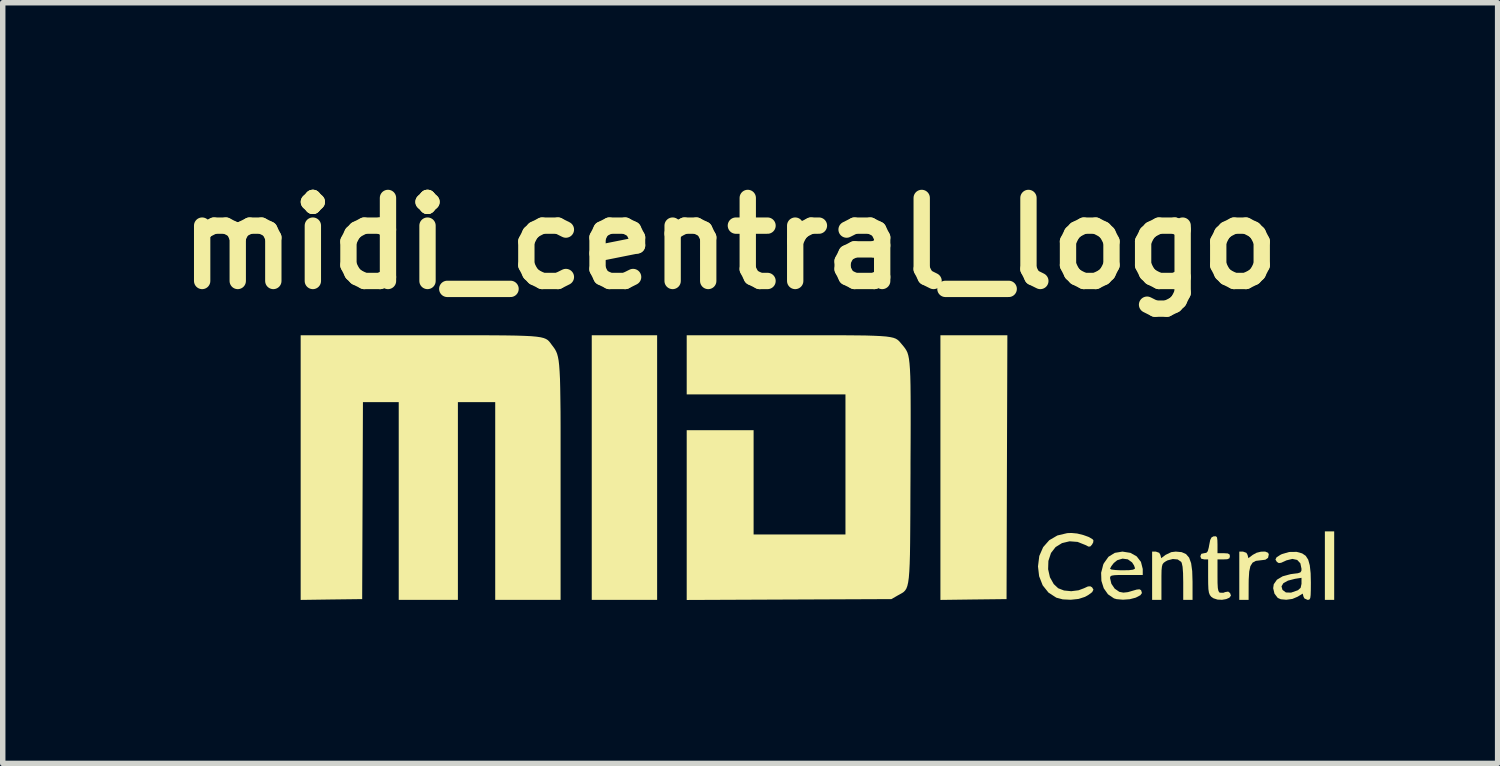
<source format=kicad_pcb>
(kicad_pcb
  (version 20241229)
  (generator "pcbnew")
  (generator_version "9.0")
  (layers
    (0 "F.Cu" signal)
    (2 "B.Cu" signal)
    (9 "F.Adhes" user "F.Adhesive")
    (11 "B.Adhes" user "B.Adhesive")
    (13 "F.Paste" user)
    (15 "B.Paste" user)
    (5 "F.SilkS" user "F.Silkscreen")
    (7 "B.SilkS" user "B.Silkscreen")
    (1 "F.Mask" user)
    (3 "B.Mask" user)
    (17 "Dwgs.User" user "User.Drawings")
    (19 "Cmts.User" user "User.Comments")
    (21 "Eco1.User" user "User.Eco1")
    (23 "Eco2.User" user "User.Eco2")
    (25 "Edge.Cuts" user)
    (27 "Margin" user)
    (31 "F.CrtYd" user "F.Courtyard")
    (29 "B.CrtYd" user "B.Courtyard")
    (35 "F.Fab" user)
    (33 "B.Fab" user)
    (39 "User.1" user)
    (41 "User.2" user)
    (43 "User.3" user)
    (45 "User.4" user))
  (footprint "midi_central_logo"
    (layer "F.Cu")
    (at 12.469 5.618)
    (property "Reference" "midi_central_logo" (at -2.12 -4.2 0) (layer "F.SilkS") (effects (font (size 1.524 1.524) (thickness 0.3))))
    (attr board_only exclude_from_pos_files exclude_from_bom)
    (fp_poly (pts (xy -3.457 2.343) (xy -4.657 2.343) (xy -4.657 -2.514) (xy -3.457 -2.514)) (stroke (width 0) (type solid)) (fill yes) (layer "F.SilkS"))
    (fp_poly (pts (xy 8.971 2.343) (xy 8.8 2.343) (xy 8.8 1.086) (xy 8.971 1.086)) (stroke (width 0) (type solid)) (fill yes) (layer "F.SilkS"))
    (fp_poly (pts (xy 2.964 -0.093) (xy 2.957 2.329) (xy 2.35 2.336) (xy 1.743 2.344) (xy 1.743 -2.514) (xy 2.972 -2.514)) (stroke (width 0) (type solid)) (fill yes) (layer "F.SilkS"))
    (fp_poly (pts (xy 7.359 1.479) (xy 7.381 1.518) (xy 7.396 1.578) (xy 7.474 1.518) (xy 7.547 1.478) (xy 7.629 1.458) (xy 7.705 1.457) (xy 7.757 1.478) (xy 7.771 1.507) (xy 7.757 1.572) (xy 7.708 1.606) (xy 7.618 1.617) (xy 7.533 1.627) (xy 7.473 1.66) (xy 7.433 1.723) (xy 7.411 1.824) (xy 7.402 1.971) (xy 7.401 2.05) (xy 7.4 2.343) (xy 7.229 2.343) (xy 7.229 1.457) (xy 7.297 1.457)) (stroke (width 0) (type solid)) (fill yes) (layer "F.SilkS"))
    (fp_poly (pts (xy 5.759 1.479) (xy 5.781 1.518) (xy 5.796 1.578) (xy 5.874 1.518) (xy 5.98 1.467) (xy 6.063 1.457) (xy 6.171 1.467) (xy 6.251 1.502) (xy 6.308 1.568) (xy 6.345 1.67) (xy 6.365 1.816) (xy 6.371 2.012) (xy 6.371 2.028) (xy 6.371 2.343) (xy 6.2 2.343) (xy 6.2 2.02) (xy 6.197 1.852) (xy 6.188 1.735) (xy 6.172 1.664) (xy 6.161 1.644) (xy 6.098 1.601) (xy 6.009 1.593) (xy 5.912 1.618) (xy 5.874 1.639) (xy 5.842 1.662) (xy 5.821 1.689) (xy 5.809 1.731) (xy 5.802 1.8) (xy 5.8 1.907) (xy 5.8 2.015) (xy 5.8 2.343) (xy 5.629 2.343) (xy 5.629 1.457) (xy 5.697 1.457)) (stroke (width 0) (type solid)) (fill yes) (layer "F.SilkS"))
    (fp_poly (pts (xy 4.253 1.125) (xy 4.364 1.152) (xy 4.464 1.188) (xy 4.534 1.229) (xy 4.551 1.247) (xy 4.548 1.287) (xy 4.526 1.328) (xy 4.494 1.363) (xy 4.461 1.365) (xy 4.404 1.336) (xy 4.261 1.279) (xy 4.114 1.268) (xy 3.975 1.301) (xy 3.857 1.374) (xy 3.773 1.482) (xy 3.725 1.628) (xy 3.72 1.781) (xy 3.753 1.928) (xy 3.823 2.053) (xy 3.905 2.13) (xy 4.012 2.171) (xy 4.144 2.184) (xy 4.279 2.167) (xy 4.378 2.13) (xy 4.45 2.097) (xy 4.495 2.094) (xy 4.527 2.113) (xy 4.552 2.155) (xy 4.529 2.201) (xy 4.454 2.256) (xy 4.396 2.288) (xy 4.278 2.326) (xy 4.134 2.341) (xy 3.989 2.334) (xy 3.871 2.303) (xy 3.727 2.21) (xy 3.62 2.076) (xy 3.555 1.909) (xy 3.534 1.729) (xy 3.558 1.537) (xy 3.629 1.375) (xy 3.741 1.248) (xy 3.89 1.161) (xy 4.071 1.118) (xy 4.149 1.115)) (stroke (width 0) (type solid)) (fill yes) (layer "F.SilkS"))
    (fp_poly (pts (xy -6.724 -2.514) (xy -6.458 -2.513) (xy -6.233 -2.511) (xy -6.045 -2.508) (xy -5.892 -2.503) (xy -5.768 -2.497) (xy -5.671 -2.488) (xy -5.596 -2.477) (xy -5.539 -2.463) (xy -5.497 -2.446) (xy -5.465 -2.426) (xy -5.44 -2.402) (xy -5.418 -2.375) (xy -5.395 -2.343) (xy -5.385 -2.33) (xy -5.357 -2.293) (xy -5.332 -2.257) (xy -5.311 -2.218) (xy -5.293 -2.174) (xy -5.278 -2.118) (xy -5.265 -2.049) (xy -5.255 -1.961) (xy -5.247 -1.85) (xy -5.24 -1.713) (xy -5.236 -1.546) (xy -5.233 -1.344) (xy -5.23 -1.104) (xy -5.229 -0.822) (xy -5.229 -0.493) (xy -5.229 -0.115) (xy -5.229 0.19) (xy -5.229 2.343) (xy -6.429 2.343) (xy -6.429 -1.286) (xy -7.114 -1.286) (xy -7.114 2.343) (xy -8.2 2.343) (xy -8.2 -1.286) (xy -8.857 -1.286) (xy -8.871 2.329) (xy -9.436 2.336) (xy -10 2.344) (xy -10 -2.514) (xy -7.813 -2.514) (xy -7.398 -2.514) (xy -7.037 -2.514)) (stroke (width 0) (type solid)) (fill yes) (layer "F.SilkS"))
    (fp_poly (pts (xy 6.82 1.196) (xy 6.827 1.249) (xy 6.829 1.327) (xy 6.829 1.486) (xy 6.943 1.486) (xy 7.018 1.491) (xy 7.051 1.51) (xy 7.057 1.543) (xy 7.048 1.58) (xy 7.009 1.597) (xy 6.943 1.6) (xy 6.829 1.6) (xy 6.829 1.897) (xy 6.83 2.035) (xy 6.835 2.126) (xy 6.846 2.179) (xy 6.863 2.206) (xy 6.873 2.211) (xy 6.935 2.213) (xy 6.97 2.2) (xy 7.025 2.191) (xy 7.06 2.218) (xy 7.076 2.265) (xy 7.048 2.303) (xy 6.989 2.329) (xy 6.912 2.342) (xy 6.829 2.338) (xy 6.755 2.314) (xy 6.714 2.286) (xy 6.689 2.254) (xy 6.672 2.211) (xy 6.662 2.146) (xy 6.658 2.047) (xy 6.657 1.914) (xy 6.657 1.6) (xy 6.586 1.6) (xy 6.53 1.587) (xy 6.514 1.543) (xy 6.532 1.498) (xy 6.584 1.486) (xy 6.625 1.479) (xy 6.65 1.451) (xy 6.668 1.386) (xy 6.677 1.336) (xy 6.695 1.245) (xy 6.718 1.198) (xy 6.754 1.178) (xy 6.764 1.177) (xy 6.801 1.176)) (stroke (width 0) (type solid)) (fill yes) (layer "F.SilkS"))
    (fp_poly (pts (xy -0.347 -2.514) (xy -0.068 -2.514) (xy 0.167 -2.512) (xy 0.362 -2.51) (xy 0.52 -2.505) (xy 0.648 -2.499) (xy 0.748 -2.491) (xy 0.824 -2.48) (xy 0.882 -2.467) (xy 0.926 -2.45) (xy 0.959 -2.429) (xy 0.986 -2.405) (xy 1.011 -2.376) (xy 1.037 -2.345) (xy 1.068 -2.308) (xy 1.094 -2.274) (xy 1.117 -2.238) (xy 1.137 -2.197) (xy 1.153 -2.145) (xy 1.166 -2.079) (xy 1.176 -1.995) (xy 1.184 -1.889) (xy 1.19 -1.756) (xy 1.194 -1.593) (xy 1.196 -1.395) (xy 1.197 -1.158) (xy 1.197 -0.878) (xy 1.196 -0.551) (xy 1.194 -0.173) (xy 1.194 0) (xy 1.192 0.4) (xy 1.191 0.746) (xy 1.189 1.044) (xy 1.187 1.296) (xy 1.184 1.507) (xy 1.179 1.681) (xy 1.172 1.822) (xy 1.163 1.934) (xy 1.151 2.021) (xy 1.136 2.087) (xy 1.118 2.135) (xy 1.095 2.171) (xy 1.068 2.198) (xy 1.037 2.219) (xy 1 2.24) (xy 0.96 2.262) (xy 0.843 2.329) (xy -1.036 2.337) (xy -2.914 2.345) (xy -2.914 -0.771) (xy -1.686 -0.771) (xy -1.686 1.143) (xy 0 1.143) (xy 0 -1.429) (xy -2.914 -1.429) (xy -2.914 -2.514) (xy -1.056 -2.514) (xy -0.675 -2.514)) (stroke (width 0) (type solid)) (fill yes) (layer "F.SilkS"))
    (fp_poly (pts (xy 5.231 1.48) (xy 5.346 1.545) (xy 5.424 1.646) (xy 5.457 1.776) (xy 5.457 1.799) (xy 5.457 1.886) (xy 5.157 1.886) (xy 5.023 1.886) (xy 4.937 1.89) (xy 4.887 1.898) (xy 4.864 1.912) (xy 4.857 1.936) (xy 4.857 1.944) (xy 4.881 2.047) (xy 4.942 2.137) (xy 5.026 2.195) (xy 5.028 2.196) (xy 5.102 2.21) (xy 5.185 2.201) (xy 5.26 2.179) (xy 5.347 2.154) (xy 5.397 2.149) (xy 5.424 2.164) (xy 5.429 2.172) (xy 5.442 2.218) (xy 5.413 2.258) (xy 5.335 2.299) (xy 5.326 2.303) (xy 5.219 2.331) (xy 5.094 2.34) (xy 4.978 2.33) (xy 4.929 2.316) (xy 4.819 2.241) (xy 4.741 2.13) (xy 4.698 1.994) (xy 4.693 1.845) (xy 4.712 1.773) (xy 4.857 1.773) (xy 4.883 1.786) (xy 4.953 1.795) (xy 5.053 1.8) (xy 5.086 1.8) (xy 5.205 1.798) (xy 5.277 1.789) (xy 5.31 1.774) (xy 5.314 1.76) (xy 5.297 1.711) (xy 5.261 1.655) (xy 5.183 1.599) (xy 5.086 1.586) (xy 4.989 1.615) (xy 4.925 1.667) (xy 4.88 1.726) (xy 4.858 1.769) (xy 4.857 1.773) (xy 4.712 1.773) (xy 4.731 1.697) (xy 4.742 1.673) (xy 4.828 1.552) (xy 4.944 1.48) (xy 5.084 1.457)) (stroke (width 0) (type solid)) (fill yes) (layer "F.SilkS"))
    (fp_poly (pts (xy 8.383 1.49) (xy 8.448 1.534) (xy 8.494 1.605) (xy 8.523 1.709) (xy 8.539 1.855) (xy 8.543 2.026) (xy 8.542 2.164) (xy 8.539 2.255) (xy 8.532 2.308) (xy 8.519 2.334) (xy 8.497 2.342) (xy 8.483 2.343) (xy 8.426 2.318) (xy 8.408 2.285) (xy 8.393 2.228) (xy 8.3 2.285) (xy 8.203 2.326) (xy 8.092 2.341) (xy 7.991 2.332) (xy 7.935 2.307) (xy 7.875 2.229) (xy 7.851 2.129) (xy 7.856 2.095) (xy 8.004 2.095) (xy 8.022 2.16) (xy 8.085 2.207) (xy 8.18 2.21) (xy 8.303 2.167) (xy 8.307 2.165) (xy 8.355 2.122) (xy 8.371 2.049) (xy 8.371 2.036) (xy 8.371 1.938) (xy 8.25 1.957) (xy 8.122 1.99) (xy 8.038 2.037) (xy 8.004 2.095) (xy 7.856 2.095) (xy 7.862 2.056) (xy 7.92 1.973) (xy 8.026 1.91) (xy 8.171 1.871) (xy 8.215 1.865) (xy 8.305 1.854) (xy 8.351 1.838) (xy 8.369 1.81) (xy 8.371 1.773) (xy 8.35 1.672) (xy 8.292 1.61) (xy 8.204 1.591) (xy 8.094 1.618) (xy 8.071 1.629) (xy 7.998 1.662) (xy 7.954 1.668) (xy 7.921 1.647) (xy 7.919 1.646) (xy 7.893 1.603) (xy 7.912 1.563) (xy 7.981 1.518) (xy 8.011 1.503) (xy 8.144 1.464) (xy 8.282 1.462)) (stroke (width 0) (type solid)) (fill yes) (layer "F.SilkS")))
  (gr_rect
    (start -3 -3)
    (end 24.44 10.963)
    (stroke (width 0.1) (type default))
    (fill no)
    (layer "Edge.Cuts")))
</source>
